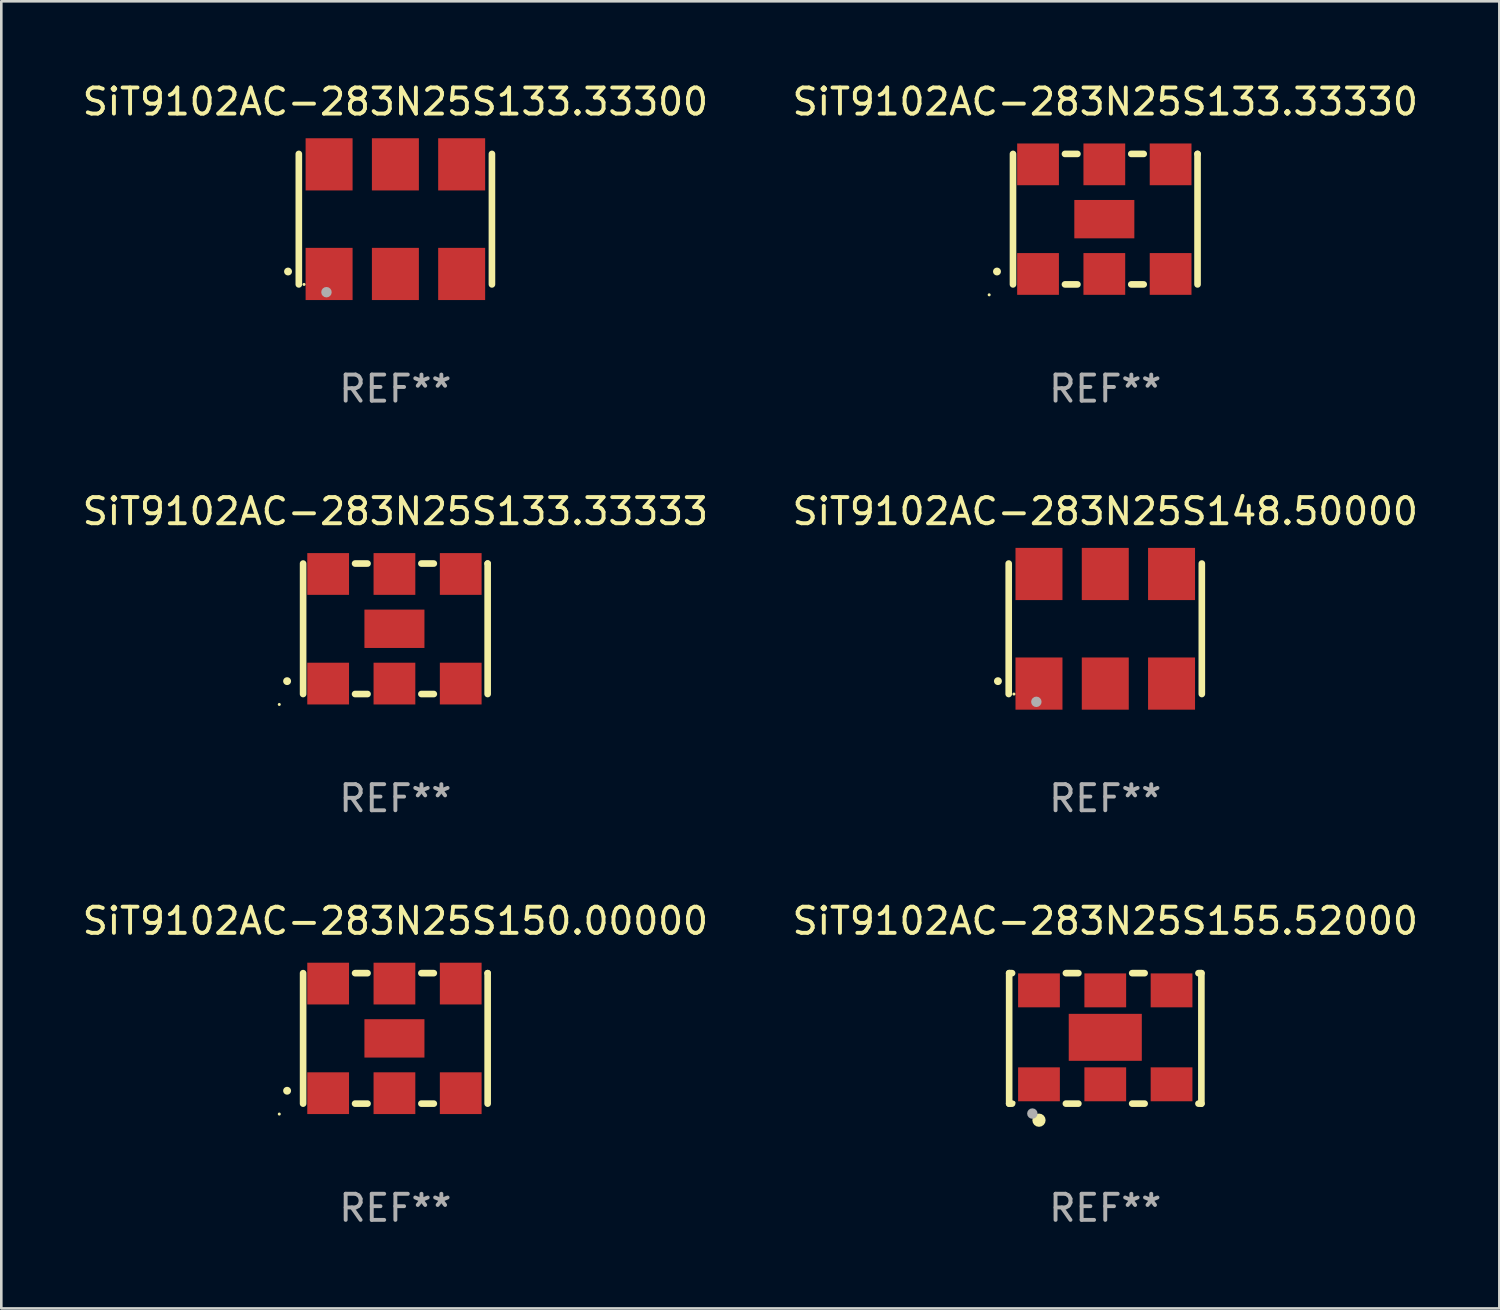
<source format=kicad_pcb>
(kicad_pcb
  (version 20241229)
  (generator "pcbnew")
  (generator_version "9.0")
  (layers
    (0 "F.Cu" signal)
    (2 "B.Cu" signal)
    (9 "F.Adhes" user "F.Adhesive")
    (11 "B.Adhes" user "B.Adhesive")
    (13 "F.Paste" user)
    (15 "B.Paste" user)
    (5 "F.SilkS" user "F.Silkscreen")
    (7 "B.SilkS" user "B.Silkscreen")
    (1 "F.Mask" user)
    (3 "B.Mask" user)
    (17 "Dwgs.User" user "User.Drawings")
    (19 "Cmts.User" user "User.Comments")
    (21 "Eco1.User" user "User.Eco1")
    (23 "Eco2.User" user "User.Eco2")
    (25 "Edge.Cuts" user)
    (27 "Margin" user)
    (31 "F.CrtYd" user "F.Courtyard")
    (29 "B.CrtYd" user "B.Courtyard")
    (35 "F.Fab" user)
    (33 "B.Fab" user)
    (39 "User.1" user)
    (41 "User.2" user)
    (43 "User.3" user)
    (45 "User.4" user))
  (footprint "SiT9102AC-283N25S133.33300"
    (layer "F.Cu")
    (at 12.101 5.348)
    (property "Reference" "SiT9102AC-283N25S133.33300" (at 0 -4.5 0) (layer "F.SilkS") (effects (font (size 1 1) (thickness 0.15))))
    (attr through_hole)
    (fp_line (start -3.7 -2.5) (end -3.7 2.5) (stroke (width 0.254) (type solid)) (layer "F.SilkS"))
    (fp_line (start 3.7 -2.5) (end 3.7 2.5) (stroke (width 0.254) (type solid)) (layer "F.SilkS"))
    (fp_arc (start -4.114415 2.006604) (mid -4.113145 2.006599) (end -4.111875 2.006604) (stroke (width 0.3) (type solid)) (layer "F.SilkS"))
    (fp_circle (center -3.5 2.501) (end -3.47 2.501) (stroke (width 0.06) (type solid)) (fill no) (layer "F.SilkS"))
    (fp_circle (center -2.641 2.799) (end -2.541 2.799) (stroke (width 0.2) (type solid)) (fill no) (layer "F.Fab"))
    (fp_text user "REF**" (at 0 6.5 0) (layer "F.Fab") (effects (font (size 1 1) (thickness 0.15))))
    (pad "1" smd rect (at -2.54 2.1) (size 1.8 2) (layers "F.Cu" "F.Mask" "F.Paste"))
    (pad "2" smd rect (at 0.000394 2.1) (size 1.8 2) (layers "F.Cu" "F.Mask" "F.Paste"))
    (pad "3" smd rect (at 2.54 2.1) (size 1.8 2) (layers "F.Cu" "F.Mask" "F.Paste"))
    (pad "4" smd rect (at 2.54 -2.1) (size 1.8 2) (layers "F.Cu" "F.Mask" "F.Paste"))
    (pad "5" smd rect (at 0.000394 -2.1) (size 1.8 2) (layers "F.Cu" "F.Mask" "F.Paste"))
    (pad "6" smd rect (at -2.54 -2.1) (size 1.8 2) (layers "F.Cu" "F.Mask" "F.Paste")))
  (footprint "SiT9102AC-283N25S155.52000"
    (layer "F.Cu")
    (at 39.304 36.741)
    (property "Reference" "SiT9102AC-283N25S155.52000" (at 0 -4.5 0) (layer "F.SilkS") (effects (font (size 1 1) (thickness 0.15))))
    (attr through_hole)
    (fp_line (start -3.683 -2.5) (end -3.571 -2.5) (stroke (width 0.254) (type solid)) (layer "F.SilkS"))
    (fp_line (start -3.683 2.5) (end -3.683 -2.5) (stroke (width 0.254) (type solid)) (layer "F.SilkS"))
    (fp_line (start -3.683 2.5) (end -3.571 2.5) (stroke (width 0.254) (type solid)) (layer "F.SilkS"))
    (fp_line (start -1.509 -2.5) (end -1.031 -2.5) (stroke (width 0.254) (type solid)) (layer "F.SilkS"))
    (fp_line (start -1.509 2.5) (end -1.031 2.5) (stroke (width 0.254) (type solid)) (layer "F.SilkS"))
    (fp_line (start 1.031 -2.5) (end 1.509 -2.5) (stroke (width 0.254) (type solid)) (layer "F.SilkS"))
    (fp_line (start 1.031 2.5) (end 1.509 2.5) (stroke (width 0.254) (type solid)) (layer "F.SilkS"))
    (fp_line (start 3.571 -2.5) (end 3.683 -2.5) (stroke (width 0.254) (type solid)) (layer "F.SilkS"))
    (fp_line (start 3.571 2.5) (end 3.683 2.5) (stroke (width 0.254) (type solid)) (layer "F.SilkS"))
    (fp_line (start 3.683 2.5) (end 3.683 -2.5) (stroke (width 0.254) (type solid)) (layer "F.SilkS"))
    (fp_circle (center -3.5 2.46) (end -3.47 2.46) (stroke (width 0.06) (type solid)) (fill no) (layer "F.SilkS"))
    (fp_circle (center -2.54 3.135) (end -2.413 3.135) (stroke (width 0.254) (type solid)) (fill no) (layer "F.SilkS"))
    (fp_circle (center -2.794 2.881) (end -2.694 2.881) (stroke (width 0.2) (type solid)) (fill no) (layer "F.Fab"))
    (fp_text user "REF**" (at 0 6.5 0) (layer "F.Fab") (effects (font (size 1 1) (thickness 0.15))))
    (pad "1" smd rect (at -2.54 1.76) (size 1.6 1.3) (layers "F.Cu" "F.Mask" "F.Paste"))
    (pad "2" smd rect (at 0 1.76) (size 1.6 1.3) (layers "F.Cu" "F.Mask" "F.Paste"))
    (pad "3" smd rect (at 2.54 1.76) (size 1.6 1.3) (layers "F.Cu" "F.Mask" "F.Paste"))
    (pad "4" smd rect (at 2.54 -1.84) (size 1.6 1.3) (layers "F.Cu" "F.Mask" "F.Paste"))
    (pad "5" smd rect (at 0 -1.84) (size 1.6 1.3) (layers "F.Cu" "F.Mask" "F.Paste"))
    (pad "6" smd rect (at -2.54 -1.84) (size 1.6 1.3) (layers "F.Cu" "F.Mask" "F.Paste"))
    (pad "7" smd rect (at 0 -0.04) (size 2.8 1.8) (layers "F.Cu" "F.Mask" "F.Paste")))
  (footprint "SiT9102AC-283N25S148.50000"
    (layer "F.Cu")
    (at 39.304 21.045)
    (property "Reference" "SiT9102AC-283N25S148.50000" (at 0 -4.5 0) (layer "F.SilkS") (effects (font (size 1 1) (thickness 0.15))))
    (attr through_hole)
    (fp_line (start -3.7 -2.5) (end -3.7 2.5) (stroke (width 0.254) (type solid)) (layer "F.SilkS"))
    (fp_line (start 3.7 -2.5) (end 3.7 2.5) (stroke (width 0.254) (type solid)) (layer "F.SilkS"))
    (fp_arc (start -4.114415 2.006604) (mid -4.113145 2.006599) (end -4.111875 2.006604) (stroke (width 0.3) (type solid)) (layer "F.SilkS"))
    (fp_circle (center -3.5 2.501) (end -3.47 2.501) (stroke (width 0.06) (type solid)) (fill no) (layer "F.SilkS"))
    (fp_circle (center -2.641 2.799) (end -2.541 2.799) (stroke (width 0.2) (type solid)) (fill no) (layer "F.Fab"))
    (fp_text user "REF**" (at 0 6.5 0) (layer "F.Fab") (effects (font (size 1 1) (thickness 0.15))))
    (pad "1" smd rect (at -2.54 2.1) (size 1.8 2) (layers "F.Cu" "F.Mask" "F.Paste"))
    (pad "2" smd rect (at 0.000394 2.1) (size 1.8 2) (layers "F.Cu" "F.Mask" "F.Paste"))
    (pad "3" smd rect (at 2.54 2.1) (size 1.8 2) (layers "F.Cu" "F.Mask" "F.Paste"))
    (pad "4" smd rect (at 2.54 -2.1) (size 1.8 2) (layers "F.Cu" "F.Mask" "F.Paste"))
    (pad "5" smd rect (at 0.000394 -2.1) (size 1.8 2) (layers "F.Cu" "F.Mask" "F.Paste"))
    (pad "6" smd rect (at -2.54 -2.1) (size 1.8 2) (layers "F.Cu" "F.Mask" "F.Paste")))
  (footprint "SiT9102AC-283N25S133.33330"
    (layer "F.Cu")
    (at 39.304 5.348)
    (property "Reference" "SiT9102AC-283N25S133.33330" (at 0 -4.5 0) (layer "F.SilkS") (effects (font (size 1 1) (thickness 0.15))))
    (attr through_hole)
    (fp_line (start -3.536 -2.5) (end -3.536 2.5) (stroke (width 0.254) (type solid)) (layer "F.SilkS"))
    (fp_line (start -1.544 2.5) (end -1.067 2.5) (stroke (width 0.254) (type solid)) (layer "F.SilkS"))
    (fp_line (start -1.067 -2.5) (end -1.544 -2.5) (stroke (width 0.254) (type solid)) (layer "F.SilkS"))
    (fp_line (start 0.996 2.5) (end 1.473 2.5) (stroke (width 0.254) (type solid)) (layer "F.SilkS"))
    (fp_line (start 1.473 -2.5) (end 0.996 -2.5) (stroke (width 0.254) (type solid)) (layer "F.SilkS"))
    (fp_line (start 3.536 -2.5) (end 3.536 -2.5) (stroke (width 0.254) (type solid)) (layer "F.SilkS"))
    (fp_line (start 3.536 2.5) (end 3.536 -2.5) (stroke (width 0.254) (type solid)) (layer "F.SilkS"))
    (fp_arc (start -4.150432 2.006604) (mid -4.149162 2.006599) (end -4.147892 2.006604) (stroke (width 0.3) (type solid)) (layer "F.SilkS"))
    (fp_circle (center -4.449 2.9) (end -4.419 2.9) (stroke (width 0.06) (type solid)) (fill no) (layer "F.SilkS"))
    (fp_text user "REF**" (at 0 6.5 0) (layer "F.Fab") (effects (font (size 1 1) (thickness 0.15))))
    (pad "1" smd rect (at -2.576 2.1) (size 1.6 1.6) (layers "F.Cu" "F.Mask" "F.Paste"))
    (pad "2" smd rect (at -0.036 2.1) (size 1.6 1.6) (layers "F.Cu" "F.Mask" "F.Paste"))
    (pad "3" smd rect (at 2.504 2.1) (size 1.6 1.6) (layers "F.Cu" "F.Mask" "F.Paste"))
    (pad "4" smd rect (at 2.504 -2.1) (size 1.6 1.6) (layers "F.Cu" "F.Mask" "F.Paste"))
    (pad "5" smd rect (at -0.036 -2.1) (size 1.6 1.6) (layers "F.Cu" "F.Mask" "F.Paste"))
    (pad "6" smd rect (at -2.576 -2.1) (size 1.6 1.6) (layers "F.Cu" "F.Mask" "F.Paste"))
    (pad "7" smd rect (at -0.036 0) (size 2.3 1.47) (layers "F.Cu" "F.Mask" "F.Paste")))
  (footprint "SiT9102AC-283N25S150.00000"
    (layer "F.Cu")
    (at 12.101 36.741)
    (property "Reference" "SiT9102AC-283N25S150.00000" (at 0 -4.5 0) (layer "F.SilkS") (effects (font (size 1 1) (thickness 0.15))))
    (attr through_hole)
    (fp_line (start -3.536 -2.5) (end -3.536 2.5) (stroke (width 0.254) (type solid)) (layer "F.SilkS"))
    (fp_line (start -1.544 2.5) (end -1.067 2.5) (stroke (width 0.254) (type solid)) (layer "F.SilkS"))
    (fp_line (start -1.067 -2.5) (end -1.544 -2.5) (stroke (width 0.254) (type solid)) (layer "F.SilkS"))
    (fp_line (start 0.996 2.5) (end 1.473 2.5) (stroke (width 0.254) (type solid)) (layer "F.SilkS"))
    (fp_line (start 1.473 -2.5) (end 0.996 -2.5) (stroke (width 0.254) (type solid)) (layer "F.SilkS"))
    (fp_line (start 3.536 -2.5) (end 3.536 -2.5) (stroke (width 0.254) (type solid)) (layer "F.SilkS"))
    (fp_line (start 3.536 2.5) (end 3.536 -2.5) (stroke (width 0.254) (type solid)) (layer "F.SilkS"))
    (fp_arc (start -4.150432 2.006604) (mid -4.149162 2.006599) (end -4.147892 2.006604) (stroke (width 0.3) (type solid)) (layer "F.SilkS"))
    (fp_circle (center -4.449 2.9) (end -4.419 2.9) (stroke (width 0.06) (type solid)) (fill no) (layer "F.SilkS"))
    (fp_text user "REF**" (at 0 6.5 0) (layer "F.Fab") (effects (font (size 1 1) (thickness 0.15))))
    (pad "1" smd rect (at -2.576 2.1) (size 1.6 1.6) (layers "F.Cu" "F.Mask" "F.Paste"))
    (pad "2" smd rect (at -0.036 2.1) (size 1.6 1.6) (layers "F.Cu" "F.Mask" "F.Paste"))
    (pad "3" smd rect (at 2.504 2.1) (size 1.6 1.6) (layers "F.Cu" "F.Mask" "F.Paste"))
    (pad "4" smd rect (at 2.504 -2.1) (size 1.6 1.6) (layers "F.Cu" "F.Mask" "F.Paste"))
    (pad "5" smd rect (at -0.036 -2.1) (size 1.6 1.6) (layers "F.Cu" "F.Mask" "F.Paste"))
    (pad "6" smd rect (at -2.576 -2.1) (size 1.6 1.6) (layers "F.Cu" "F.Mask" "F.Paste"))
    (pad "7" smd rect (at -0.036 0) (size 2.3 1.47) (layers "F.Cu" "F.Mask" "F.Paste")))
  (footprint "SiT9102AC-283N25S133.33333"
    (layer "F.Cu")
    (at 12.101 21.045)
    (property "Reference" "SiT9102AC-283N25S133.33333" (at 0 -4.5 0) (layer "F.SilkS") (effects (font (size 1 1) (thickness 0.15))))
    (attr through_hole)
    (fp_line (start -3.536 -2.5) (end -3.536 2.5) (stroke (width 0.254) (type solid)) (layer "F.SilkS"))
    (fp_line (start -1.544 2.5) (end -1.067 2.5) (stroke (width 0.254) (type solid)) (layer "F.SilkS"))
    (fp_line (start -1.067 -2.5) (end -1.544 -2.5) (stroke (width 0.254) (type solid)) (layer "F.SilkS"))
    (fp_line (start 0.996 2.5) (end 1.473 2.5) (stroke (width 0.254) (type solid)) (layer "F.SilkS"))
    (fp_line (start 1.473 -2.5) (end 0.996 -2.5) (stroke (width 0.254) (type solid)) (layer "F.SilkS"))
    (fp_line (start 3.536 -2.5) (end 3.536 -2.5) (stroke (width 0.254) (type solid)) (layer "F.SilkS"))
    (fp_line (start 3.536 2.5) (end 3.536 -2.5) (stroke (width 0.254) (type solid)) (layer "F.SilkS"))
    (fp_arc (start -4.150432 2.006604) (mid -4.149162 2.006599) (end -4.147892 2.006604) (stroke (width 0.3) (type solid)) (layer "F.SilkS"))
    (fp_circle (center -4.449 2.9) (end -4.419 2.9) (stroke (width 0.06) (type solid)) (fill no) (layer "F.SilkS"))
    (fp_text user "REF**" (at 0 6.5 0) (layer "F.Fab") (effects (font (size 1 1) (thickness 0.15))))
    (pad "1" smd rect (at -2.576 2.1) (size 1.6 1.6) (layers "F.Cu" "F.Mask" "F.Paste"))
    (pad "2" smd rect (at -0.036 2.1) (size 1.6 1.6) (layers "F.Cu" "F.Mask" "F.Paste"))
    (pad "3" smd rect (at 2.504 2.1) (size 1.6 1.6) (layers "F.Cu" "F.Mask" "F.Paste"))
    (pad "4" smd rect (at 2.504 -2.1) (size 1.6 1.6) (layers "F.Cu" "F.Mask" "F.Paste"))
    (pad "5" smd rect (at -0.036 -2.1) (size 1.6 1.6) (layers "F.Cu" "F.Mask" "F.Paste"))
    (pad "6" smd rect (at -2.576 -2.1) (size 1.6 1.6) (layers "F.Cu" "F.Mask" "F.Paste"))
    (pad "7" smd rect (at -0.036 0) (size 2.3 1.47) (layers "F.Cu" "F.Mask" "F.Paste")))
  (gr_rect
    (start -3 -3)
    (end 54.405 47.09)
    (stroke (width 0.1) (type default))
    (fill no)
    (layer "Edge.Cuts")))
</source>
